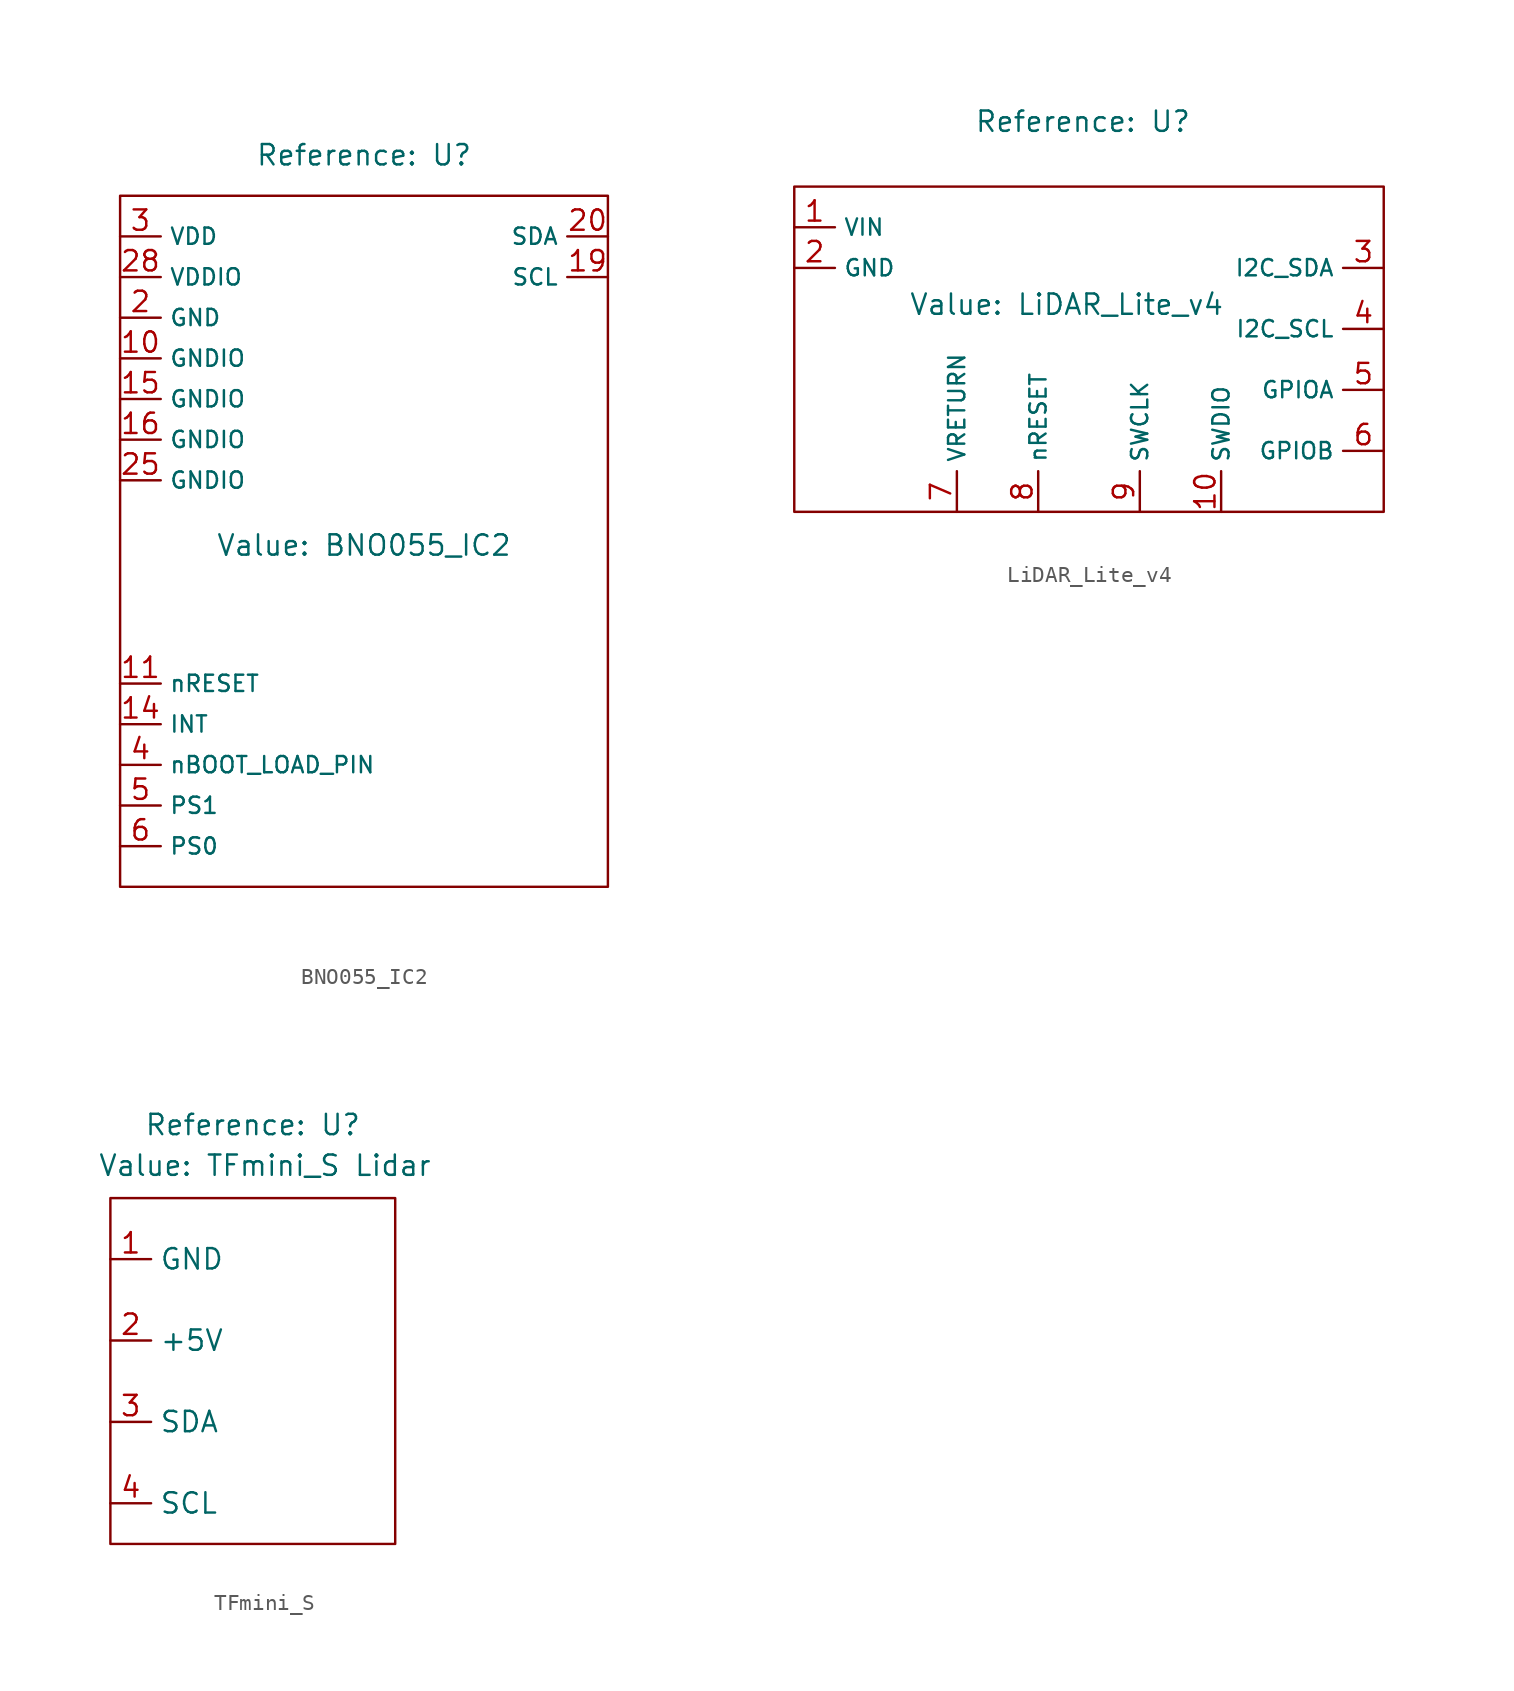
<source format=kicad_sym>
(kicad_symbol_lib
  (version 20241209)
  (generator "kicad_symbol_editor")
  (generator_version "9.0")
  (symbol "BNO055_IC2"
    (property "Reference" "U"
      (at 0 0 0)
      (show_name)
      (effects (font (size 1.27 1.27))))
    (property "Value" "BNO055_IC2"
      (at 0 -24.384 0)
      (show_name)
      (effects (font (size 1.27 1.27))))
    (symbol "BNO055_IC2_0_1"
      (rectangle (start -15.24 -2.54) (end 15.24 -45.72) (stroke (width 0) (type default)) (fill (type none))))
    (symbol "BNO055_IC2_1_1"
      (pin power_in line (at -15.24 -5.08 0) (length 2.54) (name "VDD" (effects (font (size 1.016 1.016)))) (number "3" (effects (font (size 1.27 1.27)))))
      (pin power_in line (at -15.24 -7.62 0) (length 2.54) (name "VDDIO" (effects (font (size 1.016 1.016)))) (number "28" (effects (font (size 1.27 1.27)))))
      (pin power_in line (at -15.24 -10.16 0) (length 2.54) (name "GND" (effects (font (size 1.016 1.016)))) (number "2" (effects (font (size 1.27 1.27)))))
      (pin power_in line (at -15.24 -12.7 0) (length 2.54) (name "GNDIO" (effects (font (size 1.016 1.016)))) (number "10" (effects (font (size 1.27 1.27)))))
      (pin power_in line (at -15.24 -15.24 0) (length 2.54) (name "GNDIO" (effects (font (size 1.016 1.016)))) (number "15" (effects (font (size 1.27 1.27)))))
      (pin power_in line (at -15.24 -17.78 0) (length 2.54) (name "GNDIO" (effects (font (size 1.016 1.016)))) (number "16" (effects (font (size 1.27 1.27)))))
      (pin power_in line (at -15.24 -20.32 0) (length 2.54) (name "GNDIO" (effects (font (size 1.016 1.016)))) (number "25" (effects (font (size 1.27 1.27)))))
      (pin input line (at -15.24 -33.02 0) (length 2.54) (name "nRESET" (effects (font (size 1.016 1.016)))) (number "11" (effects (font (size 1.27 1.27)))))
      (pin output line (at -15.24 -35.56 0) (length 2.54) (name "INT" (effects (font (size 1.016 1.016)))) (number "14" (effects (font (size 1.27 1.27)))))
      (pin input line (at -15.24 -38.1 0) (length 2.54) (name "nBOOT_LOAD_PIN" (effects (font (size 1.016 1.016)))) (number "4" (effects (font (size 1.27 1.27)))))
      (pin input line (at -15.24 -40.64 0) (length 2.54) (name "PS1" (effects (font (size 1.016 1.016)))) (number "5" (effects (font (size 1.27 1.27)))))
      (pin input line (at -15.24 -43.18 0) (length 2.54) (name "PS0" (effects (font (size 1.016 1.016)))) (number "6" (effects (font (size 1.27 1.27)))))
      (pin bidirectional line (at 15.24 -5.08 180) (length 2.54) (name "SDA" (effects (font (size 1.016 1.016)))) (number "20" (effects (font (size 1.27 1.27)))))
      (pin input line (at 15.24 -7.62 180) (length 2.54) (name "SCL" (effects (font (size 1.016 1.016)))) (number "19" (effects (font (size 1.27 1.27)))))))
  (symbol "LiDAR_Lite_v4"
    (property "Reference" "U"
      (at 0.254 0.254 0)
      (show_name)
      (effects (font (size 1.27 1.27))))
    (property "Value" "LiDAR_Lite_v4"
      (at -0.762 -11.176 0)
      (show_name)
      (effects (font (size 1.27 1.27))))
    (symbol "LiDAR_Lite_v4_0_1"
      (rectangle (start -17.78 -3.81) (end 19.05 -24.13) (stroke (width 0) (type default)) (fill (type none))))
    (symbol "LiDAR_Lite_v4_1_1"
      (pin power_in line (at -17.78 -6.35 0) (length 2.54) (name "VIN" (effects (font (size 1.016 1.016)))) (number "1" (effects (font (size 1.27 1.27)))))
      (pin power_in line (at -17.78 -8.89 0) (length 2.54) (name "GND" (effects (font (size 1.016 1.016)))) (number "2" (effects (font (size 1.27 1.27)))))
      (pin power_in line (at -7.62 -24.13 90) (length 2.54) (name "VRETURN" (effects (font (size 1.016 1.016)))) (number "7" (effects (font (size 1.27 1.27)))))
      (pin input line (at -2.54 -24.13 90) (length 2.54) (name "nRESET" (effects (font (size 1.016 1.016)))) (number "8" (effects (font (size 1.27 1.27)))))
      (pin input line (at 3.81 -24.13 90) (length 2.54) (name "SWCLK" (effects (font (size 1.016 1.016)))) (number "9" (effects (font (size 1.27 1.27)))))
      (pin bidirectional line (at 8.89 -24.13 90) (length 2.54) (name "SWDIO" (effects (font (size 1.016 1.016)))) (number "10" (effects (font (size 1.27 1.27)))))
      (pin bidirectional line (at 19.05 -8.89 180) (length 2.54) (name "I2C_SDA" (effects (font (size 1.016 1.016)))) (number "3" (effects (font (size 1.27 1.27)))))
      (pin input line (at 19.05 -12.7 180) (length 2.54) (name "I2C_SCL" (effects (font (size 1.016 1.016)))) (number "4" (effects (font (size 1.27 1.27)))))
      (pin bidirectional line (at 19.05 -16.51 180) (length 2.54) (name "GPIOA" (effects (font (size 1.016 1.016)))) (number "5" (effects (font (size 1.27 1.27)))))
      (pin bidirectional line (at 19.05 -20.32 180) (length 2.54) (name "GPIOB" (effects (font (size 1.016 1.016)))) (number "6" (effects (font (size 1.27 1.27)))))))
  (symbol "TFmini_S"
    (property "Reference" "U"
      (at 0 2.032 0)
      (show_name)
      (effects (font (size 1.27 1.27))))
    (property "Value" "TFmini_S Lidar"
      (at 0.762 -0.508 0)
      (show_name)
      (effects (font (size 1.27 1.27))))
    (symbol "TFmini_S_0_1"
      (rectangle (start -8.89 -2.54) (end 8.89 -24.13) (stroke (width 0) (type default)) (fill (type none))))
    (symbol "TFmini_S_1_1"
      (pin power_in line (at -8.89 -6.35 0) (length 2.54) (name "GND" (effects (font (size 1.27 1.27)))) (number "1" (effects (font (size 1.27 1.27)))))
      (pin power_in line (at -8.89 -11.43 0) (length 2.54) (name "+5V" (effects (font (size 1.27 1.27)))) (number "2" (effects (font (size 1.27 1.27)))))
      (pin bidirectional line (at -8.89 -16.51 0) (length 2.54) (name "SDA" (effects (font (size 1.27 1.27)))) (number "3" (effects (font (size 1.27 1.27)))))
      (pin bidirectional line (at -8.89 -21.59 0) (length 2.54) (name "SCL" (effects (font (size 1.27 1.27)))) (number "4" (effects (font (size 1.27 1.27))))))))
</source>
